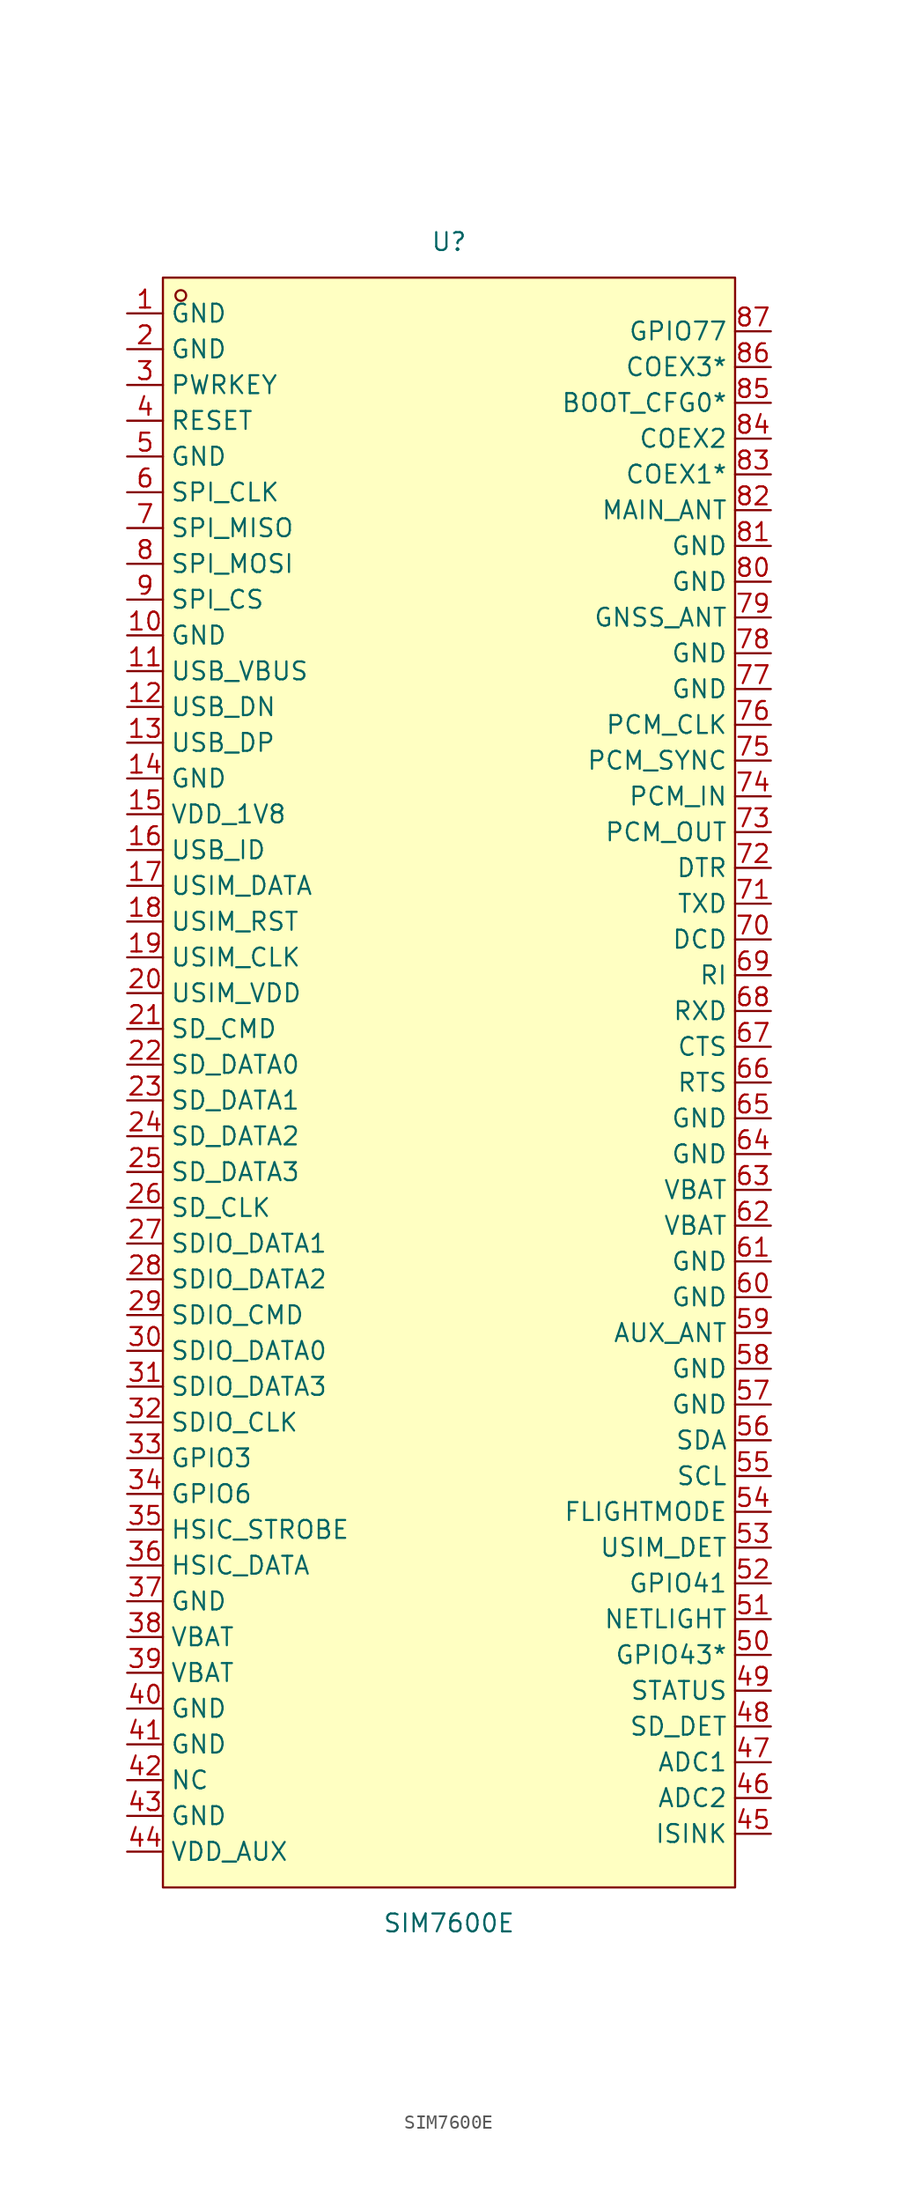
<source format=kicad_sym>
(kicad_symbol_lib
  (version 20211014)
  (generator https://github.com/uPesy/easyeda2kicad.py)
  (symbol "SIM7600E"
    (property "Reference" "U"
      (at 0 59.69 0)
      (effects (font (size 1.27 1.27))))
    (property "Value" "SIM7600E"
      (at 0 -59.69 0)
      (effects (font (size 1.27 1.27))))
    (symbol "SIM7600E_0_1"
      (rectangle (start -20.32 57.15) (end 20.32 -57.15) (stroke (width 0) (type default) (color 0 0 0 0)) (fill (type background)))
      (circle (center -19.05 55.88) (radius 0.38) (stroke (width 0) (type default) (color 0 0 0 0)) (fill (type none)))
      (pin unspecified line (at -22.86 54.61 0) (length 2.54) (name "GND" (effects (font (size 1.27 1.27)))) (number "1" (effects (font (size 1.27 1.27)))))
      (pin unspecified line (at -22.86 52.07 0) (length 2.54) (name "GND" (effects (font (size 1.27 1.27)))) (number "2" (effects (font (size 1.27 1.27)))))
      (pin unspecified line (at -22.86 49.53 0) (length 2.54) (name "PWRKEY" (effects (font (size 1.27 1.27)))) (number "3" (effects (font (size 1.27 1.27)))))
      (pin unspecified line (at -22.86 46.99 0) (length 2.54) (name "RESET" (effects (font (size 1.27 1.27)))) (number "4" (effects (font (size 1.27 1.27)))))
      (pin unspecified line (at -22.86 44.45 0) (length 2.54) (name "GND" (effects (font (size 1.27 1.27)))) (number "5" (effects (font (size 1.27 1.27)))))
      (pin unspecified line (at -22.86 41.91 0) (length 2.54) (name "SPI_CLK" (effects (font (size 1.27 1.27)))) (number "6" (effects (font (size 1.27 1.27)))))
      (pin unspecified line (at -22.86 39.37 0) (length 2.54) (name "SPI_MISO" (effects (font (size 1.27 1.27)))) (number "7" (effects (font (size 1.27 1.27)))))
      (pin unspecified line (at -22.86 36.83 0) (length 2.54) (name "SPI_MOSI" (effects (font (size 1.27 1.27)))) (number "8" (effects (font (size 1.27 1.27)))))
      (pin unspecified line (at -22.86 34.29 0) (length 2.54) (name "SPI_CS" (effects (font (size 1.27 1.27)))) (number "9" (effects (font (size 1.27 1.27)))))
      (pin unspecified line (at -22.86 31.75 0) (length 2.54) (name "GND" (effects (font (size 1.27 1.27)))) (number "10" (effects (font (size 1.27 1.27)))))
      (pin unspecified line (at -22.86 29.21 0) (length 2.54) (name "USB_VBUS" (effects (font (size 1.27 1.27)))) (number "11" (effects (font (size 1.27 1.27)))))
      (pin unspecified line (at -22.86 26.67 0) (length 2.54) (name "USB_DN" (effects (font (size 1.27 1.27)))) (number "12" (effects (font (size 1.27 1.27)))))
      (pin unspecified line (at -22.86 24.13 0) (length 2.54) (name "USB_DP" (effects (font (size 1.27 1.27)))) (number "13" (effects (font (size 1.27 1.27)))))
      (pin unspecified line (at -22.86 21.59 0) (length 2.54) (name "GND" (effects (font (size 1.27 1.27)))) (number "14" (effects (font (size 1.27 1.27)))))
      (pin unspecified line (at -22.86 19.05 0) (length 2.54) (name "VDD_1V8" (effects (font (size 1.27 1.27)))) (number "15" (effects (font (size 1.27 1.27)))))
      (pin unspecified line (at -22.86 16.51 0) (length 2.54) (name "USB_ID" (effects (font (size 1.27 1.27)))) (number "16" (effects (font (size 1.27 1.27)))))
      (pin unspecified line (at -22.86 13.97 0) (length 2.54) (name "USIM_DATA" (effects (font (size 1.27 1.27)))) (number "17" (effects (font (size 1.27 1.27)))))
      (pin unspecified line (at -22.86 11.43 0) (length 2.54) (name "USIM_RST" (effects (font (size 1.27 1.27)))) (number "18" (effects (font (size 1.27 1.27)))))
      (pin unspecified line (at -22.86 8.89 0) (length 2.54) (name "USIM_CLK" (effects (font (size 1.27 1.27)))) (number "19" (effects (font (size 1.27 1.27)))))
      (pin unspecified line (at -22.86 6.35 0) (length 2.54) (name "USIM_VDD" (effects (font (size 1.27 1.27)))) (number "20" (effects (font (size 1.27 1.27)))))
      (pin unspecified line (at -22.86 3.81 0) (length 2.54) (name "SD_CMD" (effects (font (size 1.27 1.27)))) (number "21" (effects (font (size 1.27 1.27)))))
      (pin unspecified line (at -22.86 1.27 0) (length 2.54) (name "SD_DATA0" (effects (font (size 1.27 1.27)))) (number "22" (effects (font (size 1.27 1.27)))))
      (pin unspecified line (at -22.86 -1.27 0) (length 2.54) (name "SD_DATA1" (effects (font (size 1.27 1.27)))) (number "23" (effects (font (size 1.27 1.27)))))
      (pin unspecified line (at -22.86 -3.81 0) (length 2.54) (name "SD_DATA2" (effects (font (size 1.27 1.27)))) (number "24" (effects (font (size 1.27 1.27)))))
      (pin unspecified line (at -22.86 -6.35 0) (length 2.54) (name "SD_DATA3" (effects (font (size 1.27 1.27)))) (number "25" (effects (font (size 1.27 1.27)))))
      (pin unspecified line (at -22.86 -8.89 0) (length 2.54) (name "SD_CLK" (effects (font (size 1.27 1.27)))) (number "26" (effects (font (size 1.27 1.27)))))
      (pin unspecified line (at -22.86 -11.43 0) (length 2.54) (name "SDIO_DATA1" (effects (font (size 1.27 1.27)))) (number "27" (effects (font (size 1.27 1.27)))))
      (pin unspecified line (at -22.86 -13.97 0) (length 2.54) (name "SDIO_DATA2" (effects (font (size 1.27 1.27)))) (number "28" (effects (font (size 1.27 1.27)))))
      (pin unspecified line (at -22.86 -16.51 0) (length 2.54) (name "SDIO_CMD" (effects (font (size 1.27 1.27)))) (number "29" (effects (font (size 1.27 1.27)))))
      (pin unspecified line (at -22.86 -19.05 0) (length 2.54) (name "SDIO_DATA0" (effects (font (size 1.27 1.27)))) (number "30" (effects (font (size 1.27 1.27)))))
      (pin unspecified line (at -22.86 -21.59 0) (length 2.54) (name "SDIO_DATA3" (effects (font (size 1.27 1.27)))) (number "31" (effects (font (size 1.27 1.27)))))
      (pin unspecified line (at -22.86 -24.13 0) (length 2.54) (name "SDIO_CLK" (effects (font (size 1.27 1.27)))) (number "32" (effects (font (size 1.27 1.27)))))
      (pin unspecified line (at -22.86 -26.67 0) (length 2.54) (name "GPIO3" (effects (font (size 1.27 1.27)))) (number "33" (effects (font (size 1.27 1.27)))))
      (pin unspecified line (at -22.86 -29.21 0) (length 2.54) (name "GPIO6" (effects (font (size 1.27 1.27)))) (number "34" (effects (font (size 1.27 1.27)))))
      (pin unspecified line (at -22.86 -31.75 0) (length 2.54) (name "HSIC_STROBE" (effects (font (size 1.27 1.27)))) (number "35" (effects (font (size 1.27 1.27)))))
      (pin unspecified line (at -22.86 -34.29 0) (length 2.54) (name "HSIC_DATA" (effects (font (size 1.27 1.27)))) (number "36" (effects (font (size 1.27 1.27)))))
      (pin unspecified line (at -22.86 -36.83 0) (length 2.54) (name "GND" (effects (font (size 1.27 1.27)))) (number "37" (effects (font (size 1.27 1.27)))))
      (pin unspecified line (at -22.86 -39.37 0) (length 2.54) (name "VBAT" (effects (font (size 1.27 1.27)))) (number "38" (effects (font (size 1.27 1.27)))))
      (pin unspecified line (at -22.86 -41.91 0) (length 2.54) (name "VBAT" (effects (font (size 1.27 1.27)))) (number "39" (effects (font (size 1.27 1.27)))))
      (pin unspecified line (at -22.86 -44.45 0) (length 2.54) (name "GND" (effects (font (size 1.27 1.27)))) (number "40" (effects (font (size 1.27 1.27)))))
      (pin unspecified line (at -22.86 -46.99 0) (length 2.54) (name "GND" (effects (font (size 1.27 1.27)))) (number "41" (effects (font (size 1.27 1.27)))))
      (pin unspecified line (at -22.86 -49.53 0) (length 2.54) (name "NC" (effects (font (size 1.27 1.27)))) (number "42" (effects (font (size 1.27 1.27)))))
      (pin unspecified line (at -22.86 -52.07 0) (length 2.54) (name "GND" (effects (font (size 1.27 1.27)))) (number "43" (effects (font (size 1.27 1.27)))))
      (pin unspecified line (at -22.86 -54.61 0) (length 2.54) (name "VDD_AUX" (effects (font (size 1.27 1.27)))) (number "44" (effects (font (size 1.27 1.27)))))
      (pin unspecified line (at 22.86 -53.34 180) (length 2.54) (name "ISINK" (effects (font (size 1.27 1.27)))) (number "45" (effects (font (size 1.27 1.27)))))
      (pin unspecified line (at 22.86 -50.80 180) (length 2.54) (name "ADC2" (effects (font (size 1.27 1.27)))) (number "46" (effects (font (size 1.27 1.27)))))
      (pin unspecified line (at 22.86 -48.26 180) (length 2.54) (name "ADC1" (effects (font (size 1.27 1.27)))) (number "47" (effects (font (size 1.27 1.27)))))
      (pin unspecified line (at 22.86 -45.72 180) (length 2.54) (name "SD_DET" (effects (font (size 1.27 1.27)))) (number "48" (effects (font (size 1.27 1.27)))))
      (pin unspecified line (at 22.86 -43.18 180) (length 2.54) (name "STATUS" (effects (font (size 1.27 1.27)))) (number "49" (effects (font (size 1.27 1.27)))))
      (pin unspecified line (at 22.86 -40.64 180) (length 2.54) (name "GPIO43*" (effects (font (size 1.27 1.27)))) (number "50" (effects (font (size 1.27 1.27)))))
      (pin unspecified line (at 22.86 -38.10 180) (length 2.54) (name "NETLIGHT" (effects (font (size 1.27 1.27)))) (number "51" (effects (font (size 1.27 1.27)))))
      (pin unspecified line (at 22.86 -35.56 180) (length 2.54) (name "GPIO41" (effects (font (size 1.27 1.27)))) (number "52" (effects (font (size 1.27 1.27)))))
      (pin unspecified line (at 22.86 -33.02 180) (length 2.54) (name "USIM_DET" (effects (font (size 1.27 1.27)))) (number "53" (effects (font (size 1.27 1.27)))))
      (pin unspecified line (at 22.86 -30.48 180) (length 2.54) (name "FLIGHTMODE" (effects (font (size 1.27 1.27)))) (number "54" (effects (font (size 1.27 1.27)))))
      (pin unspecified line (at 22.86 -27.94 180) (length 2.54) (name "SCL" (effects (font (size 1.27 1.27)))) (number "55" (effects (font (size 1.27 1.27)))))
      (pin unspecified line (at 22.86 -25.40 180) (length 2.54) (name "SDA" (effects (font (size 1.27 1.27)))) (number "56" (effects (font (size 1.27 1.27)))))
      (pin unspecified line (at 22.86 -22.86 180) (length 2.54) (name "GND" (effects (font (size 1.27 1.27)))) (number "57" (effects (font (size 1.27 1.27)))))
      (pin unspecified line (at 22.86 -20.32 180) (length 2.54) (name "GND" (effects (font (size 1.27 1.27)))) (number "58" (effects (font (size 1.27 1.27)))))
      (pin unspecified line (at 22.86 -17.78 180) (length 2.54) (name "AUX_ANT" (effects (font (size 1.27 1.27)))) (number "59" (effects (font (size 1.27 1.27)))))
      (pin unspecified line (at 22.86 -15.24 180) (length 2.54) (name "GND" (effects (font (size 1.27 1.27)))) (number "60" (effects (font (size 1.27 1.27)))))
      (pin unspecified line (at 22.86 -12.70 180) (length 2.54) (name "GND" (effects (font (size 1.27 1.27)))) (number "61" (effects (font (size 1.27 1.27)))))
      (pin unspecified line (at 22.86 -10.16 180) (length 2.54) (name "VBAT" (effects (font (size 1.27 1.27)))) (number "62" (effects (font (size 1.27 1.27)))))
      (pin unspecified line (at 22.86 -7.62 180) (length 2.54) (name "VBAT" (effects (font (size 1.27 1.27)))) (number "63" (effects (font (size 1.27 1.27)))))
      (pin unspecified line (at 22.86 -5.08 180) (length 2.54) (name "GND" (effects (font (size 1.27 1.27)))) (number "64" (effects (font (size 1.27 1.27)))))
      (pin unspecified line (at 22.86 -2.54 180) (length 2.54) (name "GND" (effects (font (size 1.27 1.27)))) (number "65" (effects (font (size 1.27 1.27)))))
      (pin unspecified line (at 22.86 -0.00 180) (length 2.54) (name "RTS" (effects (font (size 1.27 1.27)))) (number "66" (effects (font (size 1.27 1.27)))))
      (pin unspecified line (at 22.86 2.54 180) (length 2.54) (name "CTS" (effects (font (size 1.27 1.27)))) (number "67" (effects (font (size 1.27 1.27)))))
      (pin unspecified line (at 22.86 5.08 180) (length 2.54) (name "RXD" (effects (font (size 1.27 1.27)))) (number "68" (effects (font (size 1.27 1.27)))))
      (pin unspecified line (at 22.86 7.62 180) (length 2.54) (name "RI" (effects (font (size 1.27 1.27)))) (number "69" (effects (font (size 1.27 1.27)))))
      (pin unspecified line (at 22.86 10.16 180) (length 2.54) (name "DCD" (effects (font (size 1.27 1.27)))) (number "70" (effects (font (size 1.27 1.27)))))
      (pin unspecified line (at 22.86 12.70 180) (length 2.54) (name "TXD" (effects (font (size 1.27 1.27)))) (number "71" (effects (font (size 1.27 1.27)))))
      (pin unspecified line (at 22.86 15.24 180) (length 2.54) (name "DTR" (effects (font (size 1.27 1.27)))) (number "72" (effects (font (size 1.27 1.27)))))
      (pin unspecified line (at 22.86 17.78 180) (length 2.54) (name "PCM_OUT" (effects (font (size 1.27 1.27)))) (number "73" (effects (font (size 1.27 1.27)))))
      (pin unspecified line (at 22.86 20.32 180) (length 2.54) (name "PCM_IN" (effects (font (size 1.27 1.27)))) (number "74" (effects (font (size 1.27 1.27)))))
      (pin unspecified line (at 22.86 22.86 180) (length 2.54) (name "PCM_SYNC" (effects (font (size 1.27 1.27)))) (number "75" (effects (font (size 1.27 1.27)))))
      (pin unspecified line (at 22.86 25.40 180) (length 2.54) (name "PCM_CLK" (effects (font (size 1.27 1.27)))) (number "76" (effects (font (size 1.27 1.27)))))
      (pin unspecified line (at 22.86 27.94 180) (length 2.54) (name "GND" (effects (font (size 1.27 1.27)))) (number "77" (effects (font (size 1.27 1.27)))))
      (pin unspecified line (at 22.86 30.48 180) (length 2.54) (name "GND" (effects (font (size 1.27 1.27)))) (number "78" (effects (font (size 1.27 1.27)))))
      (pin unspecified line (at 22.86 33.02 180) (length 2.54) (name "GNSS_ANT" (effects (font (size 1.27 1.27)))) (number "79" (effects (font (size 1.27 1.27)))))
      (pin unspecified line (at 22.86 35.56 180) (length 2.54) (name "GND" (effects (font (size 1.27 1.27)))) (number "80" (effects (font (size 1.27 1.27)))))
      (pin unspecified line (at 22.86 38.10 180) (length 2.54) (name "GND" (effects (font (size 1.27 1.27)))) (number "81" (effects (font (size 1.27 1.27)))))
      (pin unspecified line (at 22.86 40.64 180) (length 2.54) (name "MAIN_ANT" (effects (font (size 1.27 1.27)))) (number "82" (effects (font (size 1.27 1.27)))))
      (pin unspecified line (at 22.86 43.18 180) (length 2.54) (name "COEX1*" (effects (font (size 1.27 1.27)))) (number "83" (effects (font (size 1.27 1.27)))))
      (pin unspecified line (at 22.86 45.72 180) (length 2.54) (name "COEX2" (effects (font (size 1.27 1.27)))) (number "84" (effects (font (size 1.27 1.27)))))
      (pin unspecified line (at 22.86 48.26 180) (length 2.54) (name "BOOT_CFG0*" (effects (font (size 1.27 1.27)))) (number "85" (effects (font (size 1.27 1.27)))))
      (pin unspecified line (at 22.86 50.80 180) (length 2.54) (name "COEX3*" (effects (font (size 1.27 1.27)))) (number "86" (effects (font (size 1.27 1.27)))))
      (pin unspecified line (at 22.86 53.34 180) (length 2.54) (name "GPIO77" (effects (font (size 1.27 1.27)))) (number "87" (effects (font (size 1.27 1.27))))))))
</source>
